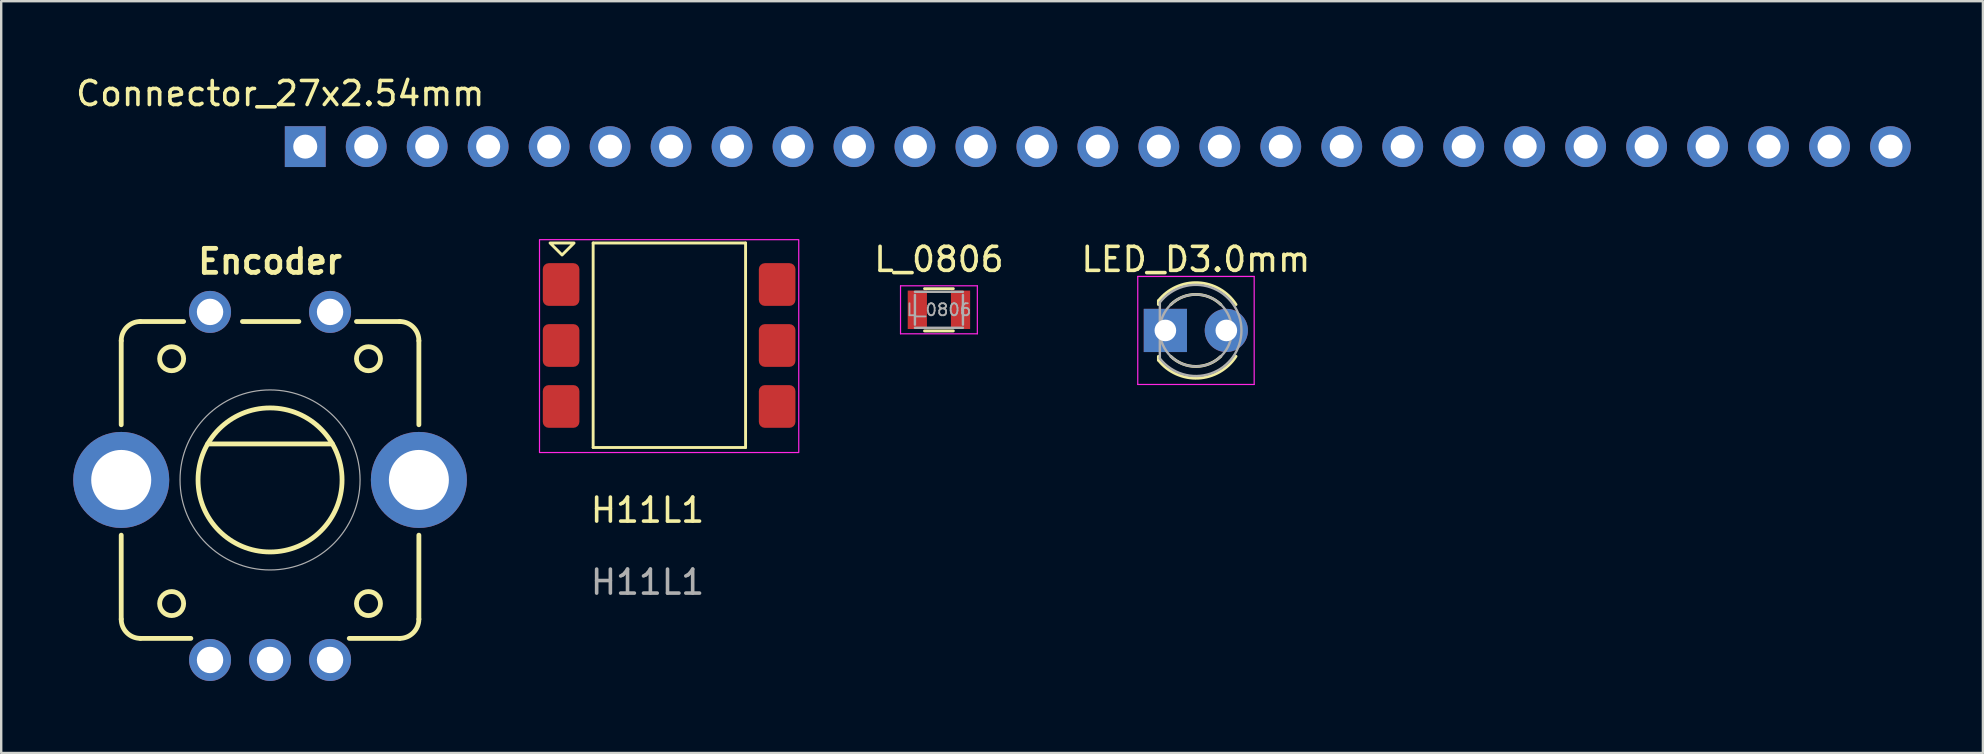
<source format=kicad_pcb>
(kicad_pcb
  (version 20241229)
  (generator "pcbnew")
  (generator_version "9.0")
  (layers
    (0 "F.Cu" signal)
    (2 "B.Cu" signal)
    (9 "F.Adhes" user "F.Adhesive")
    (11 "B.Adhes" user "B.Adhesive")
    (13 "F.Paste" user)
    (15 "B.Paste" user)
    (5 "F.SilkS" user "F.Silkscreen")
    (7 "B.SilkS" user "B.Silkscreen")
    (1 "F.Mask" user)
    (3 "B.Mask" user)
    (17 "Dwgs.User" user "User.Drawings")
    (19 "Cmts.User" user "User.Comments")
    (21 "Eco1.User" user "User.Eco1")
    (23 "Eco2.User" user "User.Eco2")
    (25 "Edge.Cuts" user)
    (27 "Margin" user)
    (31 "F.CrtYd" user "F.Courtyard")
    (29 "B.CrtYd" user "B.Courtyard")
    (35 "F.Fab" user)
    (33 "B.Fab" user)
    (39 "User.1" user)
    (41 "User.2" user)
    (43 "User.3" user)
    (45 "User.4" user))
  (footprint "Connector_27x2.54mm"
    (layer "F.Cu")
    (at 9.666 3.058)
    (property "Reference" "Connector_27x2.54mm" (at -1.041 -2.21 0) (layer "F.SilkS") (effects (font (size 1 1) (thickness 0.15))))
    (attr through_hole)
    (pad "1" thru_hole rect (at 0 0) (size 1.7 1.7) (drill 1) (layers "*.Cu" "*.Mask"))
    (pad "2" thru_hole circle (at 2.54 0) (size 1.7 1.7) (drill 1) (layers "*.Cu" "*.Mask"))
    (pad "3" thru_hole circle (at 5.08 0) (size 1.7 1.7) (drill 1) (layers "*.Cu" "*.Mask"))
    (pad "4" thru_hole circle (at 7.62 0) (size 1.7 1.7) (drill 1) (layers "*.Cu" "*.Mask"))
    (pad "5" thru_hole circle (at 10.16 0) (size 1.7 1.7) (drill 1) (layers "*.Cu" "*.Mask"))
    (pad "6" thru_hole circle (at 12.7 0) (size 1.7 1.7) (drill 1) (layers "*.Cu" "*.Mask"))
    (pad "7" thru_hole circle (at 15.24 0) (size 1.7 1.7) (drill 1) (layers "*.Cu" "*.Mask"))
    (pad "8" thru_hole circle (at 17.78 0) (size 1.7 1.7) (drill 1) (layers "*.Cu" "*.Mask"))
    (pad "9" thru_hole circle (at 20.32 0) (size 1.7 1.7) (drill 1) (layers "*.Cu" "*.Mask"))
    (pad "10" thru_hole circle (at 22.86 0) (size 1.7 1.7) (drill 1) (layers "*.Cu" "*.Mask"))
    (pad "11" thru_hole circle (at 25.4 0) (size 1.7 1.7) (drill 1) (layers "*.Cu" "*.Mask"))
    (pad "12" thru_hole circle (at 27.94 0) (size 1.7 1.7) (drill 1) (layers "*.Cu" "*.Mask"))
    (pad "13" thru_hole circle (at 30.48 0) (size 1.7 1.7) (drill 1) (layers "*.Cu" "*.Mask"))
    (pad "14" thru_hole circle (at 33.02 0) (size 1.7 1.7) (drill 1) (layers "*.Cu" "*.Mask"))
    (pad "15" thru_hole circle (at 35.56 0) (size 1.7 1.7) (drill 1) (layers "*.Cu" "*.Mask"))
    (pad "16" thru_hole circle (at 38.1 0) (size 1.7 1.7) (drill 1) (layers "*.Cu" "*.Mask"))
    (pad "17" thru_hole circle (at 40.64 0) (size 1.7 1.7) (drill 1) (layers "*.Cu" "*.Mask"))
    (pad "18" thru_hole circle (at 43.18 0) (size 1.7 1.7) (drill 1) (layers "*.Cu" "*.Mask"))
    (pad "19" thru_hole circle (at 45.72 0) (size 1.7 1.7) (drill 1) (layers "*.Cu" "*.Mask"))
    (pad "20" thru_hole circle (at 48.26 0) (size 1.7 1.7) (drill 1) (layers "*.Cu" "*.Mask"))
    (pad "21" thru_hole circle (at 50.8 0) (size 1.7 1.7) (drill 1) (layers "*.Cu" "*.Mask"))
    (pad "22" thru_hole circle (at 53.34 0) (size 1.7 1.7) (drill 1) (layers "*.Cu" "*.Mask"))
    (pad "23" thru_hole circle (at 55.88 0) (size 1.7 1.7) (drill 1) (layers "*.Cu" "*.Mask"))
    (pad "24" thru_hole circle (at 58.42 0) (size 1.7 1.7) (drill 1) (layers "*.Cu" "*.Mask"))
    (pad "25" thru_hole circle (at 60.96 0) (size 1.7 1.7) (drill 1) (layers "*.Cu" "*.Mask"))
    (pad "26" thru_hole circle (at 63.5 0) (size 1.7 1.7) (drill 1) (layers "*.Cu" "*.Mask"))
    (pad "27" thru_hole circle (at 66.04 0) (size 1.7 1.7) (drill 1) (layers "*.Cu" "*.Mask")))
  (footprint "Encoder"
    (layer "F.Cu")
    (at 8.2 16.944)
    (property "Reference" "Encoder" (at 0 -9.1 0) (layer "F.SilkS") (effects (font (size 1 1) (thickness 0.2))))
    (attr through_hole)
    (fp_line (start -6.2 -2.3) (end -6.2 -5.8) (stroke (width 0.2) (type solid)) (layer "F.SilkS"))
    (fp_line (start -6.2 5.8) (end -6.2 2.3) (stroke (width 0.2) (type solid)) (layer "F.SilkS"))
    (fp_line (start -5.4 -6.6) (end -3.6 -6.6) (stroke (width 0.2) (type solid)) (layer "F.SilkS"))
    (fp_line (start -5.4 6.6) (end -3.3 6.6) (stroke (width 0.2) (type solid)) (layer "F.SilkS"))
    (fp_line (start -2.6 -1.5) (end 2.6 -1.5) (stroke (width 0.2) (type solid)) (layer "F.SilkS"))
    (fp_line (start -1.15 -6.6) (end 1.2 -6.6) (stroke (width 0.2) (type solid)) (layer "F.SilkS"))
    (fp_line (start 3.3 6.6) (end 5.4 6.6) (stroke (width 0.2) (type solid)) (layer "F.SilkS"))
    (fp_line (start 3.6 -6.6) (end 5.4 -6.6) (stroke (width 0.2) (type solid)) (layer "F.SilkS"))
    (fp_line (start 6.2 -5.8) (end 6.2 -2.3) (stroke (width 0.2) (type solid)) (layer "F.SilkS"))
    (fp_line (start 6.2 2.3) (end 6.2 5.8) (stroke (width 0.2) (type solid)) (layer "F.SilkS"))
    (fp_arc (start -6.2 -5.8) (mid -5.965685 -6.365685) (end -5.4 -6.6) (stroke (width 0.2) (type solid)) (layer "F.SilkS"))
    (fp_arc (start -5.4 6.6) (mid -5.965685 6.365685) (end -6.2 5.8) (stroke (width 0.2) (type solid)) (layer "F.SilkS"))
    (fp_arc (start 5.4 -6.6) (mid 5.965685 -6.365685) (end 6.2 -5.8) (stroke (width 0.2) (type solid)) (layer "F.SilkS"))
    (fp_arc (start 6.2 5.8) (mid 5.965685 6.365685) (end 5.4 6.6) (stroke (width 0.2) (type solid)) (layer "F.SilkS"))
    (fp_circle (center -4.1 -5.05) (end -3.6 -5.05) (stroke (width 0.2) (type solid)) (fill no) (layer "F.SilkS"))
    (fp_circle (center -4.1 5.15) (end -3.6 5.15) (stroke (width 0.2) (type solid)) (fill no) (layer "F.SilkS"))
    (fp_circle (center 0 0) (end 3 0) (stroke (width 0.2) (type solid)) (fill no) (layer "F.SilkS"))
    (fp_circle (center 4.1 -5.05) (end 4.6 -5.05) (stroke (width 0.2) (type solid)) (fill no) (layer "F.SilkS"))
    (fp_circle (center 4.1 5.15) (end 4.6 5.15) (stroke (width 0.2) (type solid)) (fill no) (layer "F.SilkS"))
    (fp_circle (center 0 0) (end 3.75 0) (stroke (width 0.05) (type solid)) (fill no) (layer "F.Fab"))
    (pad "A" thru_hole circle (at -2.5 7.5) (size 1.75 1.75) (drill 1.1) (layers "*.Cu" "*.Mask"))
    (pad "B" thru_hole circle (at 2.5 7.5) (size 1.75 1.75) (drill 1.1) (layers "*.Cu" "*.Mask"))
    (pad "C" thru_hole circle (at 0 7.5) (size 1.75 1.75) (drill 1.1) (layers "*.Cu" "*.Mask"))
    (pad "S1" thru_hole circle (at -2.5 -7) (size 1.75 1.75) (drill 1.1) (layers "*.Cu" "*.Mask"))
    (pad "S2" thru_hole circle (at 2.5 -7) (size 1.75 1.75) (drill 1.1) (layers "*.Cu" "*.Mask"))
    (pad "body" thru_hole oval (at -6.2 0) (size 4 4) (drill 2.5) (layers "*.Cu" "*.Mask"))
    (pad "body" thru_hole oval (at 6.2 0) (size 4 4) (drill 2.5) (layers "*.Cu" "*.Mask")))
  (footprint "H11L1"
    (layer "F.Cu")
    (at 20.325 8.803)
    (property "Reference" "H11L1" (at 3.6 9.4 0) (unlocked yes) (layer "F.SilkS") (effects (font (size 1 1) (thickness 0.15))))
    (attr smd)
    (fp_line (start 1.335 -1.73) (end 7.685 -1.73) (stroke (width 0.12) (type default)) (layer "F.SilkS"))
    (fp_line (start 1.335 6.79) (end 1.335 -1.73) (stroke (width 0.12) (type default)) (layer "F.SilkS"))
    (fp_line (start 1.335 6.79) (end 7.685 6.79) (stroke (width 0.12) (type default)) (layer "F.SilkS"))
    (fp_line (start 7.685 6.79) (end 7.685 -1.73) (stroke (width 0.12) (type default)) (layer "F.SilkS"))
    (fp_poly (pts (xy -0.46 -1.73) (xy 0.04 -1.23) (xy 0.54 -1.73)) (stroke (width 0.12) (type solid)) (fill no) (layer "F.SilkS"))
    (fp_rect (start -0.9 -1.87) (end 9.9 7) (stroke (width 0.05) (type default)) (fill no) (layer "F.CrtYd"))
    (fp_text user "${REFERENCE}" (at 3.6 12.4 0) (unlocked yes) (layer "F.Fab") (effects (font (size 1 1) (thickness 0.15))))
    (pad "1" smd roundrect (at 0 0) (size 1.525 1.78) (layers "F.Cu" "F.Mask" "F.Paste") (roundrect_rratio 0.164))
    (pad "2" smd roundrect (at 0 2.54 180) (size 1.525 1.78) (layers "F.Cu" "F.Mask" "F.Paste") (roundrect_rratio 0.164))
    (pad "3" smd roundrect (at 0 5.08) (size 1.525 1.78) (layers "F.Cu" "F.Mask" "F.Paste") (roundrect_rratio 0.164))
    (pad "4" smd roundrect (at 9 5.08) (size 1.525 1.78) (layers "F.Cu" "F.Mask" "F.Paste") (roundrect_rratio 0.164))
    (pad "5" smd roundrect (at 9 2.54) (size 1.525 1.78) (layers "F.Cu" "F.Mask" "F.Paste") (roundrect_rratio 0.164))
    (pad "6" smd roundrect (at 9 0) (size 1.525 1.78) (layers "F.Cu" "F.Mask" "F.Paste") (roundrect_rratio 0.164)))
  (footprint "L_0806"
    (layer "F.Cu")
    (at 36.065 9.856)
    (property "Reference" "L_0806" (at 0 -2.1 0) (layer "F.SilkS") (effects (font (size 1 1) (thickness 0.15))))
    (attr smd)
    (fp_line (start -0.6 -0.88) (end 0.6 -0.88) (stroke (width 0.12) (type solid)) (layer "F.SilkS"))
    (fp_line (start 0.6 0.88) (end -0.6 0.88) (stroke (width 0.12) (type solid)) (layer "F.SilkS"))
    (fp_line (start -1.6 -1) (end -1.6 1) (stroke (width 0.05) (type solid)) (layer "F.CrtYd"))
    (fp_line (start -1.6 -1) (end 1.6 -1) (stroke (width 0.05) (type solid)) (layer "F.CrtYd"))
    (fp_line (start -1.6 1) (end 1.6 1) (stroke (width 0.05) (type solid)) (layer "F.CrtYd"))
    (fp_line (start 1.6 -1) (end 1.6 1) (stroke (width 0.05) (type solid)) (layer "F.CrtYd"))
    (fp_line (start -1 -0.75) (end 1 -0.75) (stroke (width 0.1) (type solid)) (layer "F.Fab"))
    (fp_line (start -1 0.62) (end -1 -0.62) (stroke (width 0.1) (type solid)) (layer "F.Fab"))
    (fp_line (start 1 -0.62) (end 1 0.62) (stroke (width 0.1) (type solid)) (layer "F.Fab"))
    (fp_line (start 1 0.75) (end -1 0.75) (stroke (width 0.1) (type solid)) (layer "F.Fab"))
    (fp_text user "${REFERENCE}" (at 0 0 0) (layer "F.Fab") (effects (font (size 0.5 0.5) (thickness 0.075))))
    (pad "1" smd rect (at -0.9 0) (size 0.8 1.6) (layers "F.Cu" "F.Mask" "F.Paste"))
    (pad "2" smd rect (at 0.9 0) (size 0.8 1.6) (layers "F.Cu" "F.Mask" "F.Paste")))
  (footprint "LED_D3.0mm"
    (layer "F.Cu")
    (at 46.768 10.716)
    (property "Reference" "LED_D3.0mm" (at 0 -2.96 0) (layer "F.SilkS") (effects (font (size 1 1) (thickness 0.15))))
    (attr through_hole)
    (fp_line (start -1.56 -1.236) (end -1.56 -1.08) (stroke (width 0.12) (type solid)) (layer "F.SilkS"))
    (fp_line (start -1.56 1.08) (end -1.56 1.236) (stroke (width 0.12) (type solid)) (layer "F.SilkS"))
    (fp_arc (start -1.56 -1.235516) (mid 0.096487 -1.987659) (end 1.672335 -1.078608) (stroke (width 0.12) (type solid)) (layer "F.SilkS"))
    (fp_arc (start -1.040961 -1.08) (mid 0.000117 -1.5) (end 1.04113 -1.079837) (stroke (width 0.12) (type solid)) (layer "F.SilkS"))
    (fp_arc (start 1.04113 1.079837) (mid 0.000117 1.5) (end -1.040961 1.08) (stroke (width 0.12) (type solid)) (layer "F.SilkS"))
    (fp_arc (start 1.672335 1.078608) (mid 0.096487 1.987659) (end -1.56 1.235516) (stroke (width 0.12) (type solid)) (layer "F.SilkS"))
    (fp_line (start -2.42 -2.25) (end -2.42 2.25) (stroke (width 0.05) (type solid)) (layer "F.CrtYd"))
    (fp_line (start -2.42 2.25) (end 2.43 2.25) (stroke (width 0.05) (type solid)) (layer "F.CrtYd"))
    (fp_line (start 2.43 -2.25) (end -2.42 -2.25) (stroke (width 0.05) (type solid)) (layer "F.CrtYd"))
    (fp_line (start 2.43 2.25) (end 2.43 -2.25) (stroke (width 0.05) (type solid)) (layer "F.CrtYd"))
    (fp_line (start -1.5 -1.166) (end -1.5 1.166) (stroke (width 0.1) (type solid)) (layer "F.Fab"))
    (fp_arc (start -1.5 -1.16619) (mid 1.9 0.000452) (end -1.500555 1.165476) (stroke (width 0.1) (type solid)) (layer "F.Fab"))
    (fp_circle (center 0 0) (end 1.5 0) (stroke (width 0.1) (type solid)) (fill no) (layer "F.Fab"))
    (pad "1" thru_hole rect (at -1.27 0) (size 1.8 1.8) (drill 0.9) (layers "*.Cu" "*.Mask"))
    (pad "2" thru_hole circle (at 1.27 0) (size 1.8 1.8) (drill 0.9) (layers "*.Cu" "*.Mask")))
  (gr_rect
    (start -3 -3)
    (end 79.556 28.319)
    (stroke (width 0.1) (type default))
    (fill no)
    (layer "Edge.Cuts")))
</source>
